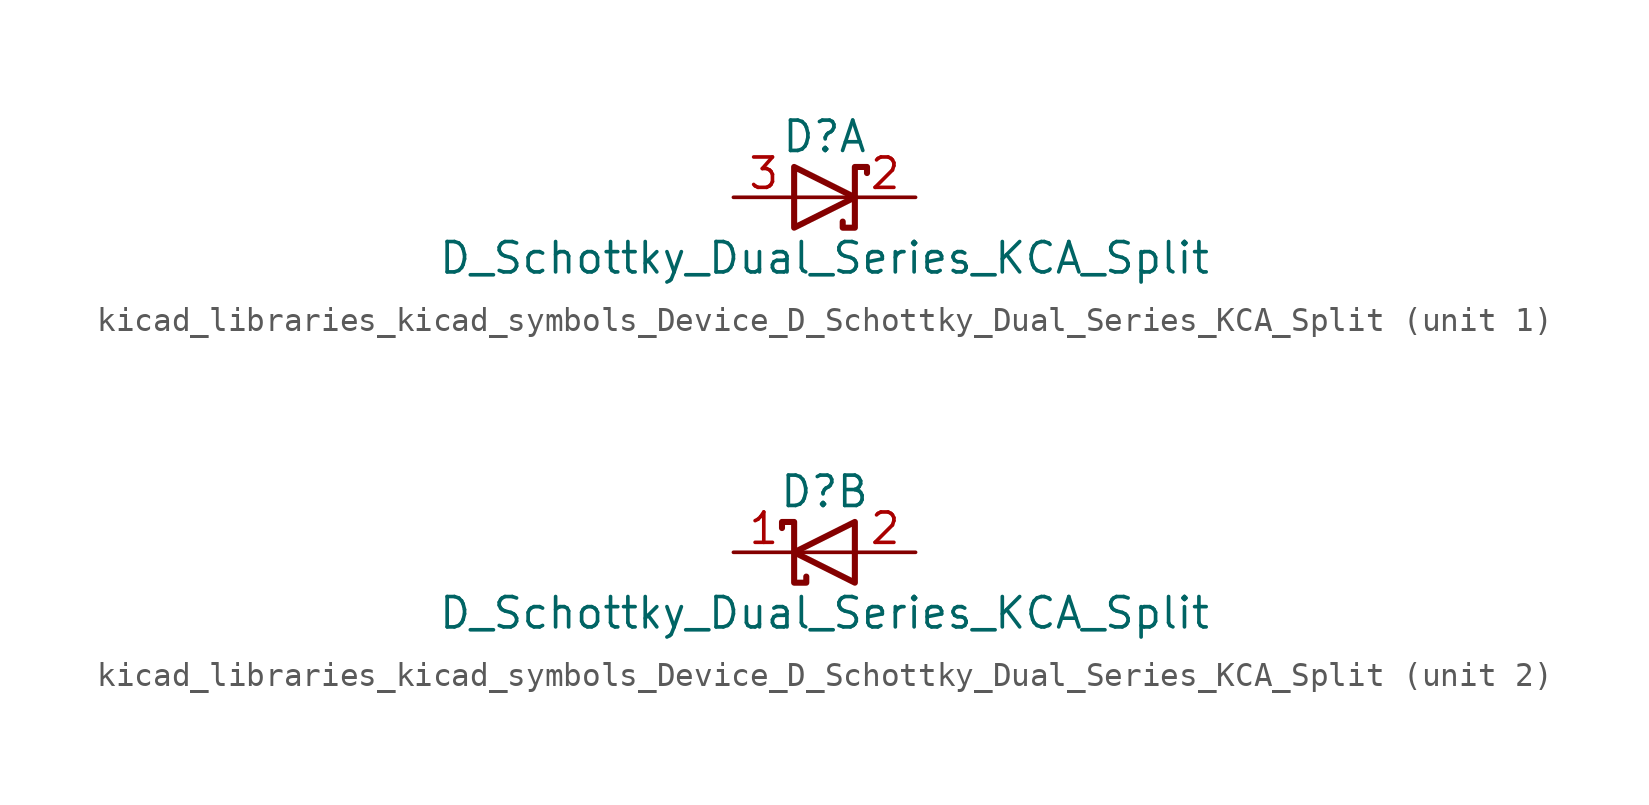
<source format=kicad_sym>
(kicad_symbol_lib
  (version 20220914)
  (generator kicad_symbol_editor)
  (symbol "kicad_libraries_kicad_symbols_Device_D_Schottky_Dual_Series_KCA_Split"
    (pin_names
      (offset 0.762) hide)
    (property "Reference" "D"
      (at 0 2.54 0)
      (effects (font (size 1.27 1.27))))
    (property "Value" "D_Schottky_Dual_Series_KCA_Split"
      (at 0 -2.54 0)
      (effects (font (size 1.27 1.27))))
    (property "ki_locked" ""
      (at 0 0 0)
      (effects (font (size 1.27 1.27))))
    (symbol "kicad_libraries_kicad_symbols_Device_D_Schottky_Dual_Series_KCA_Split_0_1"
      (pin passive line (at 3.81 0 180) (length 2.54) (name "K" (effects (font (size 1.27 1.27)))) (number "2" (effects (font (size 1.27 1.27))))))
    (symbol "kicad_libraries_kicad_symbols_Device_D_Schottky_Dual_Series_KCA_Split_1_1"
      (polyline (pts (xy 1.27 0) (xy -1.27 0)) (stroke (width 0) (type default)) (fill (type none)))
      (polyline (pts (xy -1.27 1.27) (xy 1.27 0) (xy -1.27 -1.27) (xy -1.27 1.27) (xy -1.27 1.27) (xy -1.27 1.27)) (stroke (width 0.254) (type default)) (fill (type none)))
      (polyline (pts (xy 1.778 1.016) (xy 1.778 1.27) (xy 1.27 1.27) (xy 1.27 -1.27) (xy 0.762 -1.27) (xy 0.762 -1.016)) (stroke (width 0.254) (type default)) (fill (type none)))
      (pin passive line (at -3.81 0 0) (length 2.54) (name "A" (effects (font (size 1.27 1.27)))) (number "3" (effects (font (size 1.27 1.27))))))
    (symbol "kicad_libraries_kicad_symbols_Device_D_Schottky_Dual_Series_KCA_Split_2_1"
      (polyline (pts (xy -1.27 0) (xy 1.27 0)) (stroke (width 0) (type default)) (fill (type none)))
      (polyline (pts (xy -1.778 1.016) (xy -1.778 1.27) (xy -1.27 1.27) (xy -1.27 -1.27) (xy -0.762 -1.27) (xy -0.762 -1.016)) (stroke (width 0.254) (type default)) (fill (type none)))
      (polyline (pts (xy 1.27 1.27) (xy -1.27 0) (xy 1.27 -1.27) (xy 1.27 1.27) (xy 1.27 1.27) (xy 1.27 1.27)) (stroke (width 0.254) (type default)) (fill (type none)))
      (pin passive line (at -3.81 0 0) (length 2.54) (name "K" (effects (font (size 1.27 1.27)))) (number "1" (effects (font (size 1.27 1.27))))))))
</source>
